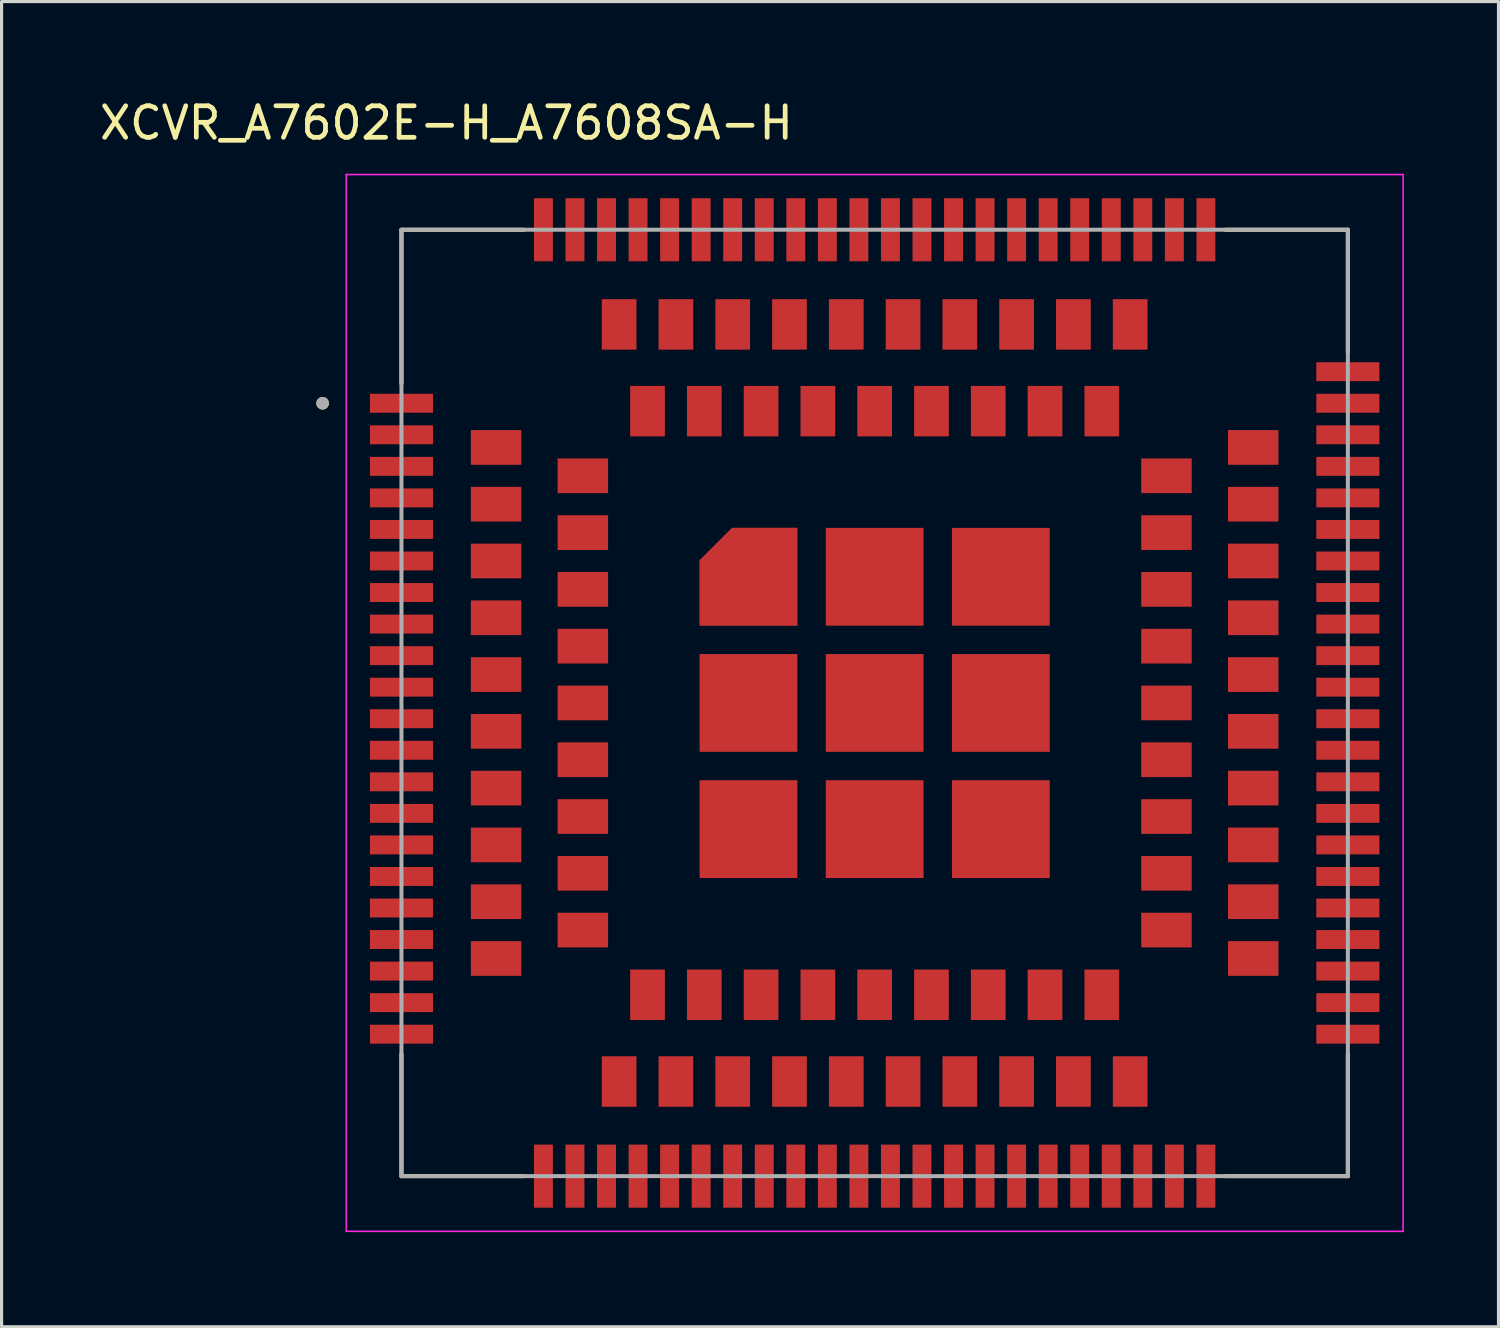
<source format=kicad_pcb>
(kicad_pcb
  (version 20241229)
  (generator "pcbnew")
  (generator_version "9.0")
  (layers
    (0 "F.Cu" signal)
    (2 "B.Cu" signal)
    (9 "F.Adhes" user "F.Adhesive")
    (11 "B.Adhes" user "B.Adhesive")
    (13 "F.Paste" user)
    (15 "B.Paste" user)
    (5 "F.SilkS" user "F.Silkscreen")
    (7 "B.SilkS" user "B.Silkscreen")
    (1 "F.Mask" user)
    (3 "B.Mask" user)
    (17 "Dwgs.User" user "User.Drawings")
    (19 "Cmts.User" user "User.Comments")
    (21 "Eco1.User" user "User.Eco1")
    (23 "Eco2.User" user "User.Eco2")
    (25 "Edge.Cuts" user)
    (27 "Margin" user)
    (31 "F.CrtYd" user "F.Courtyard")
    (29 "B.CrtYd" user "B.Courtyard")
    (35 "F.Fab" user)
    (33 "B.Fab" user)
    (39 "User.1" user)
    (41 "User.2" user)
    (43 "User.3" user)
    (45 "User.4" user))
  (footprint "XCVR_A7602E-H_A7608SA-H"
    (layer "F.Cu")
    (at 24.676 19.233)
    (property "Reference" "XCVR_A7602E-H_A7608SA-H" (at -13.575 -18.385 0) (layer "F.SilkS") (effects (font (size 1 1) (thickness 0.15))))
    (attr smd)
    (fp_poly (pts (xy -2.35 -2.35) (xy -5.65 -2.35) (xy -5.65 -4.561) (xy -4.561 -5.65) (xy -2.35 -5.65)) (stroke (width 0.01) (type solid)) (fill yes) (layer "F.Mask"))
    (fp_line (start -15 -15) (end -11.12 -15) (stroke (width 0.127) (type solid)) (layer "F.SilkS"))
    (fp_line (start -15 -10.12) (end -15 -15) (stroke (width 0.127) (type solid)) (layer "F.SilkS"))
    (fp_line (start -15 15) (end -15 11.12) (stroke (width 0.127) (type solid)) (layer "F.SilkS"))
    (fp_line (start -11.12 15) (end -15 15) (stroke (width 0.127) (type solid)) (layer "F.SilkS"))
    (fp_line (start 11.12 -15) (end 15 -15) (stroke (width 0.127) (type solid)) (layer "F.SilkS"))
    (fp_line (start 15 -15) (end 15 -11.12) (stroke (width 0.127) (type solid)) (layer "F.SilkS"))
    (fp_line (start 15 15) (end 11.12 15) (stroke (width 0.127) (type solid)) (layer "F.SilkS"))
    (fp_line (start 15 15) (end 15 11.12) (stroke (width 0.127) (type solid)) (layer "F.SilkS"))
    (fp_circle (center -17.5 -9.5) (end -17.4 -9.5) (stroke (width 0.2) (type solid)) (fill no) (layer "F.SilkS"))
    (fp_poly (pts (xy -16.5 -9.75) (xy -14 -9.75) (xy -14 -9.25) (xy -16.5 -9.25)) (stroke (width 0.01) (type solid)) (fill yes) (layer "F.Paste"))
    (fp_poly (pts (xy -16.5 -8.75) (xy -14 -8.75) (xy -14 -8.25) (xy -16.5 -8.25)) (stroke (width 0.01) (type solid)) (fill yes) (layer "F.Paste"))
    (fp_poly (pts (xy -16.5 -7.75) (xy -14 -7.75) (xy -14 -7.25) (xy -16.5 -7.25)) (stroke (width 0.01) (type solid)) (fill yes) (layer "F.Paste"))
    (fp_poly (pts (xy -16.5 -6.75) (xy -14 -6.75) (xy -14 -6.25) (xy -16.5 -6.25)) (stroke (width 0.01) (type solid)) (fill yes) (layer "F.Paste"))
    (fp_poly (pts (xy -16.5 -5.75) (xy -14 -5.75) (xy -14 -5.25) (xy -16.5 -5.25)) (stroke (width 0.01) (type solid)) (fill yes) (layer "F.Paste"))
    (fp_poly (pts (xy -16.5 -4.75) (xy -14 -4.75) (xy -14 -4.25) (xy -16.5 -4.25)) (stroke (width 0.01) (type solid)) (fill yes) (layer "F.Paste"))
    (fp_poly (pts (xy -16.5 -3.75) (xy -14 -3.75) (xy -14 -3.25) (xy -16.5 -3.25)) (stroke (width 0.01) (type solid)) (fill yes) (layer "F.Paste"))
    (fp_poly (pts (xy -16.5 -2.75) (xy -14 -2.75) (xy -14 -2.25) (xy -16.5 -2.25)) (stroke (width 0.01) (type solid)) (fill yes) (layer "F.Paste"))
    (fp_poly (pts (xy -16.5 -1.75) (xy -14 -1.75) (xy -14 -1.25) (xy -16.5 -1.25)) (stroke (width 0.01) (type solid)) (fill yes) (layer "F.Paste"))
    (fp_poly (pts (xy -16.5 -0.75) (xy -14 -0.75) (xy -14 -0.25) (xy -16.5 -0.25)) (stroke (width 0.01) (type solid)) (fill yes) (layer "F.Paste"))
    (fp_poly (pts (xy -16.5 0.25) (xy -14 0.25) (xy -14 0.75) (xy -16.5 0.75)) (stroke (width 0.01) (type solid)) (fill yes) (layer "F.Paste"))
    (fp_poly (pts (xy -16.5 1.25) (xy -14 1.25) (xy -14 1.75) (xy -16.5 1.75)) (stroke (width 0.01) (type solid)) (fill yes) (layer "F.Paste"))
    (fp_poly (pts (xy -16.5 2.25) (xy -14 2.25) (xy -14 2.75) (xy -16.5 2.75)) (stroke (width 0.01) (type solid)) (fill yes) (layer "F.Paste"))
    (fp_poly (pts (xy -16.5 3.25) (xy -14 3.25) (xy -14 3.75) (xy -16.5 3.75)) (stroke (width 0.01) (type solid)) (fill yes) (layer "F.Paste"))
    (fp_poly (pts (xy -16.5 4.25) (xy -14 4.25) (xy -14 4.75) (xy -16.5 4.75)) (stroke (width 0.01) (type solid)) (fill yes) (layer "F.Paste"))
    (fp_poly (pts (xy -16.5 5.25) (xy -14 5.25) (xy -14 5.75) (xy -16.5 5.75)) (stroke (width 0.01) (type solid)) (fill yes) (layer "F.Paste"))
    (fp_poly (pts (xy -16.5 6.25) (xy -14 6.25) (xy -14 6.75) (xy -16.5 6.75)) (stroke (width 0.01) (type solid)) (fill yes) (layer "F.Paste"))
    (fp_poly (pts (xy -16.5 7.25) (xy -14 7.25) (xy -14 7.75) (xy -16.5 7.75)) (stroke (width 0.01) (type solid)) (fill yes) (layer "F.Paste"))
    (fp_poly (pts (xy -16.5 8.25) (xy -14 8.25) (xy -14 8.75) (xy -16.5 8.75)) (stroke (width 0.01) (type solid)) (fill yes) (layer "F.Paste"))
    (fp_poly (pts (xy -16.5 9.25) (xy -14 9.25) (xy -14 9.75) (xy -16.5 9.75)) (stroke (width 0.01) (type solid)) (fill yes) (layer "F.Paste"))
    (fp_poly (pts (xy -16.5 10.25) (xy -14 10.25) (xy -14 10.75) (xy -16.5 10.75)) (stroke (width 0.01) (type solid)) (fill yes) (layer "F.Paste"))
    (fp_poly (pts (xy -12.7 -8.55) (xy -12.1 -8.55) (xy -12.1 -7.65) (xy -12.7 -7.65)) (stroke (width 0.01) (type solid)) (fill yes) (layer "F.Paste"))
    (fp_poly (pts (xy -12.7 -6.75) (xy -12.1 -6.75) (xy -12.1 -5.85) (xy -12.7 -5.85)) (stroke (width 0.01) (type solid)) (fill yes) (layer "F.Paste"))
    (fp_poly (pts (xy -12.7 -4.95) (xy -12.1 -4.95) (xy -12.1 -4.05) (xy -12.7 -4.05)) (stroke (width 0.01) (type solid)) (fill yes) (layer "F.Paste"))
    (fp_poly (pts (xy -12.7 -3.15) (xy -12.1 -3.15) (xy -12.1 -2.25) (xy -12.7 -2.25)) (stroke (width 0.01) (type solid)) (fill yes) (layer "F.Paste"))
    (fp_poly (pts (xy -12.7 -1.35) (xy -12.1 -1.35) (xy -12.1 -0.45) (xy -12.7 -0.45)) (stroke (width 0.01) (type solid)) (fill yes) (layer "F.Paste"))
    (fp_poly (pts (xy -12.7 0.45) (xy -12.1 0.45) (xy -12.1 1.35) (xy -12.7 1.35)) (stroke (width 0.01) (type solid)) (fill yes) (layer "F.Paste"))
    (fp_poly (pts (xy -12.7 2.25) (xy -12.1 2.25) (xy -12.1 3.15) (xy -12.7 3.15)) (stroke (width 0.01) (type solid)) (fill yes) (layer "F.Paste"))
    (fp_poly (pts (xy -12.7 4.05) (xy -12.1 4.05) (xy -12.1 4.95) (xy -12.7 4.95)) (stroke (width 0.01) (type solid)) (fill yes) (layer "F.Paste"))
    (fp_poly (pts (xy -12.7 5.85) (xy -12.1 5.85) (xy -12.1 6.75) (xy -12.7 6.75)) (stroke (width 0.01) (type solid)) (fill yes) (layer "F.Paste"))
    (fp_poly (pts (xy -12.7 7.65) (xy -12.1 7.65) (xy -12.1 8.55) (xy -12.7 8.55)) (stroke (width 0.01) (type solid)) (fill yes) (layer "F.Paste"))
    (fp_poly (pts (xy -11.9 -8.55) (xy -11.3 -8.55) (xy -11.3 -7.65) (xy -11.9 -7.65)) (stroke (width 0.01) (type solid)) (fill yes) (layer "F.Paste"))
    (fp_poly (pts (xy -11.9 -6.75) (xy -11.3 -6.75) (xy -11.3 -5.85) (xy -11.9 -5.85)) (stroke (width 0.01) (type solid)) (fill yes) (layer "F.Paste"))
    (fp_poly (pts (xy -11.9 -4.95) (xy -11.3 -4.95) (xy -11.3 -4.05) (xy -11.9 -4.05)) (stroke (width 0.01) (type solid)) (fill yes) (layer "F.Paste"))
    (fp_poly (pts (xy -11.9 -3.15) (xy -11.3 -3.15) (xy -11.3 -2.25) (xy -11.9 -2.25)) (stroke (width 0.01) (type solid)) (fill yes) (layer "F.Paste"))
    (fp_poly (pts (xy -11.9 -1.35) (xy -11.3 -1.35) (xy -11.3 -0.45) (xy -11.9 -0.45)) (stroke (width 0.01) (type solid)) (fill yes) (layer "F.Paste"))
    (fp_poly (pts (xy -11.9 0.45) (xy -11.3 0.45) (xy -11.3 1.35) (xy -11.9 1.35)) (stroke (width 0.01) (type solid)) (fill yes) (layer "F.Paste"))
    (fp_poly (pts (xy -11.9 2.25) (xy -11.3 2.25) (xy -11.3 3.15) (xy -11.9 3.15)) (stroke (width 0.01) (type solid)) (fill yes) (layer "F.Paste"))
    (fp_poly (pts (xy -11.9 4.05) (xy -11.3 4.05) (xy -11.3 4.95) (xy -11.9 4.95)) (stroke (width 0.01) (type solid)) (fill yes) (layer "F.Paste"))
    (fp_poly (pts (xy -11.9 5.85) (xy -11.3 5.85) (xy -11.3 6.75) (xy -11.9 6.75)) (stroke (width 0.01) (type solid)) (fill yes) (layer "F.Paste"))
    (fp_poly (pts (xy -11.9 7.65) (xy -11.3 7.65) (xy -11.3 8.55) (xy -11.9 8.55)) (stroke (width 0.01) (type solid)) (fill yes) (layer "F.Paste"))
    (fp_poly (pts (xy -10.75 -16.5) (xy -10.25 -16.5) (xy -10.25 -14) (xy -10.75 -14)) (stroke (width 0.01) (type solid)) (fill yes) (layer "F.Paste"))
    (fp_poly (pts (xy -10.75 14) (xy -10.25 14) (xy -10.25 16.5) (xy -10.75 16.5)) (stroke (width 0.01) (type solid)) (fill yes) (layer "F.Paste"))
    (fp_poly (pts (xy -9.95 -7.65) (xy -9.35 -7.65) (xy -9.35 -6.75) (xy -9.95 -6.75)) (stroke (width 0.01) (type solid)) (fill yes) (layer "F.Paste"))
    (fp_poly (pts (xy -9.95 -5.85) (xy -9.35 -5.85) (xy -9.35 -4.95) (xy -9.95 -4.95)) (stroke (width 0.01) (type solid)) (fill yes) (layer "F.Paste"))
    (fp_poly (pts (xy -9.95 -4.05) (xy -9.35 -4.05) (xy -9.35 -3.15) (xy -9.95 -3.15)) (stroke (width 0.01) (type solid)) (fill yes) (layer "F.Paste"))
    (fp_poly (pts (xy -9.95 -2.25) (xy -9.35 -2.25) (xy -9.35 -1.35) (xy -9.95 -1.35)) (stroke (width 0.01) (type solid)) (fill yes) (layer "F.Paste"))
    (fp_poly (pts (xy -9.95 -0.45) (xy -9.35 -0.45) (xy -9.35 0.45) (xy -9.95 0.45)) (stroke (width 0.01) (type solid)) (fill yes) (layer "F.Paste"))
    (fp_poly (pts (xy -9.95 1.35) (xy -9.35 1.35) (xy -9.35 2.25) (xy -9.95 2.25)) (stroke (width 0.01) (type solid)) (fill yes) (layer "F.Paste"))
    (fp_poly (pts (xy -9.95 3.15) (xy -9.35 3.15) (xy -9.35 4.05) (xy -9.95 4.05)) (stroke (width 0.01) (type solid)) (fill yes) (layer "F.Paste"))
    (fp_poly (pts (xy -9.95 4.95) (xy -9.35 4.95) (xy -9.35 5.85) (xy -9.95 5.85)) (stroke (width 0.01) (type solid)) (fill yes) (layer "F.Paste"))
    (fp_poly (pts (xy -9.95 6.75) (xy -9.35 6.75) (xy -9.35 7.65) (xy -9.95 7.65)) (stroke (width 0.01) (type solid)) (fill yes) (layer "F.Paste"))
    (fp_poly (pts (xy -9.75 -16.5) (xy -9.25 -16.5) (xy -9.25 -14) (xy -9.75 -14)) (stroke (width 0.01) (type solid)) (fill yes) (layer "F.Paste"))
    (fp_poly (pts (xy -9.75 14) (xy -9.25 14) (xy -9.25 16.5) (xy -9.75 16.5)) (stroke (width 0.01) (type solid)) (fill yes) (layer "F.Paste"))
    (fp_poly (pts (xy -9.15 -7.65) (xy -8.55 -7.65) (xy -8.55 -6.75) (xy -9.15 -6.75)) (stroke (width 0.01) (type solid)) (fill yes) (layer "F.Paste"))
    (fp_poly (pts (xy -9.15 -5.85) (xy -8.55 -5.85) (xy -8.55 -4.95) (xy -9.15 -4.95)) (stroke (width 0.01) (type solid)) (fill yes) (layer "F.Paste"))
    (fp_poly (pts (xy -9.15 -4.05) (xy -8.55 -4.05) (xy -8.55 -3.15) (xy -9.15 -3.15)) (stroke (width 0.01) (type solid)) (fill yes) (layer "F.Paste"))
    (fp_poly (pts (xy -9.15 -2.25) (xy -8.55 -2.25) (xy -8.55 -1.35) (xy -9.15 -1.35)) (stroke (width 0.01) (type solid)) (fill yes) (layer "F.Paste"))
    (fp_poly (pts (xy -9.15 -0.45) (xy -8.55 -0.45) (xy -8.55 0.45) (xy -9.15 0.45)) (stroke (width 0.01) (type solid)) (fill yes) (layer "F.Paste"))
    (fp_poly (pts (xy -9.15 1.35) (xy -8.55 1.35) (xy -8.55 2.25) (xy -9.15 2.25)) (stroke (width 0.01) (type solid)) (fill yes) (layer "F.Paste"))
    (fp_poly (pts (xy -9.15 3.15) (xy -8.55 3.15) (xy -8.55 4.05) (xy -9.15 4.05)) (stroke (width 0.01) (type solid)) (fill yes) (layer "F.Paste"))
    (fp_poly (pts (xy -9.15 4.95) (xy -8.55 4.95) (xy -8.55 5.85) (xy -9.15 5.85)) (stroke (width 0.01) (type solid)) (fill yes) (layer "F.Paste"))
    (fp_poly (pts (xy -9.15 6.75) (xy -8.55 6.75) (xy -8.55 7.65) (xy -9.15 7.65)) (stroke (width 0.01) (type solid)) (fill yes) (layer "F.Paste"))
    (fp_poly (pts (xy -8.75 -16.5) (xy -8.25 -16.5) (xy -8.25 -14) (xy -8.75 -14)) (stroke (width 0.01) (type solid)) (fill yes) (layer "F.Paste"))
    (fp_poly (pts (xy -8.75 14) (xy -8.25 14) (xy -8.25 16.5) (xy -8.75 16.5)) (stroke (width 0.01) (type solid)) (fill yes) (layer "F.Paste"))
    (fp_poly (pts (xy -8.55 -12.7) (xy -7.65 -12.7) (xy -7.65 -12.1) (xy -8.55 -12.1)) (stroke (width 0.01) (type solid)) (fill yes) (layer "F.Paste"))
    (fp_poly (pts (xy -8.55 -11.9) (xy -7.65 -11.9) (xy -7.65 -11.3) (xy -8.55 -11.3)) (stroke (width 0.01) (type solid)) (fill yes) (layer "F.Paste"))
    (fp_poly (pts (xy -8.55 11.3) (xy -7.65 11.3) (xy -7.65 11.9) (xy -8.55 11.9)) (stroke (width 0.01) (type solid)) (fill yes) (layer "F.Paste"))
    (fp_poly (pts (xy -8.55 12.1) (xy -7.65 12.1) (xy -7.65 12.7) (xy -8.55 12.7)) (stroke (width 0.01) (type solid)) (fill yes) (layer "F.Paste"))
    (fp_poly (pts (xy -7.75 -16.5) (xy -7.25 -16.5) (xy -7.25 -14) (xy -7.75 -14)) (stroke (width 0.01) (type solid)) (fill yes) (layer "F.Paste"))
    (fp_poly (pts (xy -7.75 14) (xy -7.25 14) (xy -7.25 16.5) (xy -7.75 16.5)) (stroke (width 0.01) (type solid)) (fill yes) (layer "F.Paste"))
    (fp_poly (pts (xy -7.65 -9.95) (xy -6.75 -9.95) (xy -6.75 -9.35) (xy -7.65 -9.35)) (stroke (width 0.01) (type solid)) (fill yes) (layer "F.Paste"))
    (fp_poly (pts (xy -7.65 -9.15) (xy -6.75 -9.15) (xy -6.75 -8.55) (xy -7.65 -8.55)) (stroke (width 0.01) (type solid)) (fill yes) (layer "F.Paste"))
    (fp_poly (pts (xy -7.65 8.55) (xy -6.75 8.55) (xy -6.75 9.15) (xy -7.65 9.15)) (stroke (width 0.01) (type solid)) (fill yes) (layer "F.Paste"))
    (fp_poly (pts (xy -7.65 9.35) (xy -6.75 9.35) (xy -6.75 9.95) (xy -7.65 9.95)) (stroke (width 0.01) (type solid)) (fill yes) (layer "F.Paste"))
    (fp_poly (pts (xy -6.75 -16.5) (xy -6.25 -16.5) (xy -6.25 -14) (xy -6.75 -14)) (stroke (width 0.01) (type solid)) (fill yes) (layer "F.Paste"))
    (fp_poly (pts (xy -6.75 -12.7) (xy -5.85 -12.7) (xy -5.85 -12.1) (xy -6.75 -12.1)) (stroke (width 0.01) (type solid)) (fill yes) (layer "F.Paste"))
    (fp_poly (pts (xy -6.75 -11.9) (xy -5.85 -11.9) (xy -5.85 -11.3) (xy -6.75 -11.3)) (stroke (width 0.01) (type solid)) (fill yes) (layer "F.Paste"))
    (fp_poly (pts (xy -6.75 11.3) (xy -5.85 11.3) (xy -5.85 11.9) (xy -6.75 11.9)) (stroke (width 0.01) (type solid)) (fill yes) (layer "F.Paste"))
    (fp_poly (pts (xy -6.75 12.1) (xy -5.85 12.1) (xy -5.85 12.7) (xy -6.75 12.7)) (stroke (width 0.01) (type solid)) (fill yes) (layer "F.Paste"))
    (fp_poly (pts (xy -6.75 14) (xy -6.25 14) (xy -6.25 16.5) (xy -6.75 16.5)) (stroke (width 0.01) (type solid)) (fill yes) (layer "F.Paste"))
    (fp_poly (pts (xy -5.85 -9.95) (xy -4.95 -9.95) (xy -4.95 -9.35) (xy -5.85 -9.35)) (stroke (width 0.01) (type solid)) (fill yes) (layer "F.Paste"))
    (fp_poly (pts (xy -5.85 -9.15) (xy -4.95 -9.15) (xy -4.95 -8.55) (xy -5.85 -8.55)) (stroke (width 0.01) (type solid)) (fill yes) (layer "F.Paste"))
    (fp_poly (pts (xy -5.85 8.55) (xy -4.95 8.55) (xy -4.95 9.15) (xy -5.85 9.15)) (stroke (width 0.01) (type solid)) (fill yes) (layer "F.Paste"))
    (fp_poly (pts (xy -5.85 9.35) (xy -4.95 9.35) (xy -4.95 9.95) (xy -5.85 9.95)) (stroke (width 0.01) (type solid)) (fill yes) (layer "F.Paste"))
    (fp_poly (pts (xy -5.75 -16.5) (xy -5.25 -16.5) (xy -5.25 -14) (xy -5.75 -14)) (stroke (width 0.01) (type solid)) (fill yes) (layer "F.Paste"))
    (fp_poly (pts (xy -5.75 14) (xy -5.25 14) (xy -5.25 16.5) (xy -5.75 16.5)) (stroke (width 0.01) (type solid)) (fill yes) (layer "F.Paste"))
    (fp_poly (pts (xy -5.2 -3.9) (xy -4.1 -3.9) (xy -4.1 -2.8) (xy -5.2 -2.8)) (stroke (width 0.01) (type solid)) (fill yes) (layer "F.Paste"))
    (fp_poly (pts (xy -5.2 -1.2) (xy -4.1 -1.2) (xy -4.1 -0.1) (xy -5.2 -0.1)) (stroke (width 0.01) (type solid)) (fill yes) (layer "F.Paste"))
    (fp_poly (pts (xy -5.2 0.1) (xy -4.1 0.1) (xy -4.1 1.2) (xy -5.2 1.2)) (stroke (width 0.01) (type solid)) (fill yes) (layer "F.Paste"))
    (fp_poly (pts (xy -5.2 2.8) (xy -4.1 2.8) (xy -4.1 3.9) (xy -5.2 3.9)) (stroke (width 0.01) (type solid)) (fill yes) (layer "F.Paste"))
    (fp_poly (pts (xy -5.2 4.1) (xy -4.1 4.1) (xy -4.1 5.2) (xy -5.2 5.2)) (stroke (width 0.01) (type solid)) (fill yes) (layer "F.Paste"))
    (fp_poly (pts (xy -4.95 -12.7) (xy -4.05 -12.7) (xy -4.05 -12.1) (xy -4.95 -12.1)) (stroke (width 0.01) (type solid)) (fill yes) (layer "F.Paste"))
    (fp_poly (pts (xy -4.95 -11.9) (xy -4.05 -11.9) (xy -4.05 -11.3) (xy -4.95 -11.3)) (stroke (width 0.01) (type solid)) (fill yes) (layer "F.Paste"))
    (fp_poly (pts (xy -4.95 11.3) (xy -4.05 11.3) (xy -4.05 11.9) (xy -4.95 11.9)) (stroke (width 0.01) (type solid)) (fill yes) (layer "F.Paste"))
    (fp_poly (pts (xy -4.95 12.1) (xy -4.05 12.1) (xy -4.05 12.7) (xy -4.95 12.7)) (stroke (width 0.01) (type solid)) (fill yes) (layer "F.Paste"))
    (fp_poly (pts (xy -4.75 -16.5) (xy -4.25 -16.5) (xy -4.25 -14) (xy -4.75 -14)) (stroke (width 0.01) (type solid)) (fill yes) (layer "F.Paste"))
    (fp_poly (pts (xy -4.75 14) (xy -4.25 14) (xy -4.25 16.5) (xy -4.75 16.5)) (stroke (width 0.01) (type solid)) (fill yes) (layer "F.Paste"))
    (fp_poly (pts (xy -4.05 -9.95) (xy -3.15 -9.95) (xy -3.15 -9.35) (xy -4.05 -9.35)) (stroke (width 0.01) (type solid)) (fill yes) (layer "F.Paste"))
    (fp_poly (pts (xy -4.05 -9.15) (xy -3.15 -9.15) (xy -3.15 -8.55) (xy -4.05 -8.55)) (stroke (width 0.01) (type solid)) (fill yes) (layer "F.Paste"))
    (fp_poly (pts (xy -4.05 8.55) (xy -3.15 8.55) (xy -3.15 9.15) (xy -4.05 9.15)) (stroke (width 0.01) (type solid)) (fill yes) (layer "F.Paste"))
    (fp_poly (pts (xy -4.05 9.35) (xy -3.15 9.35) (xy -3.15 9.95) (xy -4.05 9.95)) (stroke (width 0.01) (type solid)) (fill yes) (layer "F.Paste"))
    (fp_poly (pts (xy -3.9 -5.2) (xy -2.8 -5.2) (xy -2.8 -4.1) (xy -3.9 -4.1)) (stroke (width 0.01) (type solid)) (fill yes) (layer "F.Paste"))
    (fp_poly (pts (xy -3.9 -3.9) (xy -2.8 -3.9) (xy -2.8 -2.8) (xy -3.9 -2.8)) (stroke (width 0.01) (type solid)) (fill yes) (layer "F.Paste"))
    (fp_poly (pts (xy -3.9 -1.2) (xy -2.8 -1.2) (xy -2.8 -0.1) (xy -3.9 -0.1)) (stroke (width 0.01) (type solid)) (fill yes) (layer "F.Paste"))
    (fp_poly (pts (xy -3.9 0.1) (xy -2.8 0.1) (xy -2.8 1.2) (xy -3.9 1.2)) (stroke (width 0.01) (type solid)) (fill yes) (layer "F.Paste"))
    (fp_poly (pts (xy -3.9 2.8) (xy -2.8 2.8) (xy -2.8 3.9) (xy -3.9 3.9)) (stroke (width 0.01) (type solid)) (fill yes) (layer "F.Paste"))
    (fp_poly (pts (xy -3.9 4.1) (xy -2.8 4.1) (xy -2.8 5.2) (xy -3.9 5.2)) (stroke (width 0.01) (type solid)) (fill yes) (layer "F.Paste"))
    (fp_poly (pts (xy -3.75 -16.5) (xy -3.25 -16.5) (xy -3.25 -14) (xy -3.75 -14)) (stroke (width 0.01) (type solid)) (fill yes) (layer "F.Paste"))
    (fp_poly (pts (xy -3.75 14) (xy -3.25 14) (xy -3.25 16.5) (xy -3.75 16.5)) (stroke (width 0.01) (type solid)) (fill yes) (layer "F.Paste"))
    (fp_poly (pts (xy -3.15 -12.7) (xy -2.25 -12.7) (xy -2.25 -12.1) (xy -3.15 -12.1)) (stroke (width 0.01) (type solid)) (fill yes) (layer "F.Paste"))
    (fp_poly (pts (xy -3.15 -11.9) (xy -2.25 -11.9) (xy -2.25 -11.3) (xy -3.15 -11.3)) (stroke (width 0.01) (type solid)) (fill yes) (layer "F.Paste"))
    (fp_poly (pts (xy -3.15 11.3) (xy -2.25 11.3) (xy -2.25 11.9) (xy -3.15 11.9)) (stroke (width 0.01) (type solid)) (fill yes) (layer "F.Paste"))
    (fp_poly (pts (xy -3.15 12.1) (xy -2.25 12.1) (xy -2.25 12.7) (xy -3.15 12.7)) (stroke (width 0.01) (type solid)) (fill yes) (layer "F.Paste"))
    (fp_poly (pts (xy -2.75 -16.5) (xy -2.25 -16.5) (xy -2.25 -14) (xy -2.75 -14)) (stroke (width 0.01) (type solid)) (fill yes) (layer "F.Paste"))
    (fp_poly (pts (xy -2.75 14) (xy -2.25 14) (xy -2.25 16.5) (xy -2.75 16.5)) (stroke (width 0.01) (type solid)) (fill yes) (layer "F.Paste"))
    (fp_poly (pts (xy -2.25 -9.95) (xy -1.35 -9.95) (xy -1.35 -9.35) (xy -2.25 -9.35)) (stroke (width 0.01) (type solid)) (fill yes) (layer "F.Paste"))
    (fp_poly (pts (xy -2.25 -9.15) (xy -1.35 -9.15) (xy -1.35 -8.55) (xy -2.25 -8.55)) (stroke (width 0.01) (type solid)) (fill yes) (layer "F.Paste"))
    (fp_poly (pts (xy -2.25 8.55) (xy -1.35 8.55) (xy -1.35 9.15) (xy -2.25 9.15)) (stroke (width 0.01) (type solid)) (fill yes) (layer "F.Paste"))
    (fp_poly (pts (xy -2.25 9.35) (xy -1.35 9.35) (xy -1.35 9.95) (xy -2.25 9.95)) (stroke (width 0.01) (type solid)) (fill yes) (layer "F.Paste"))
    (fp_poly (pts (xy -1.75 -16.5) (xy -1.25 -16.5) (xy -1.25 -14) (xy -1.75 -14)) (stroke (width 0.01) (type solid)) (fill yes) (layer "F.Paste"))
    (fp_poly (pts (xy -1.75 14) (xy -1.25 14) (xy -1.25 16.5) (xy -1.75 16.5)) (stroke (width 0.01) (type solid)) (fill yes) (layer "F.Paste"))
    (fp_poly (pts (xy -1.35 -12.7) (xy -0.45 -12.7) (xy -0.45 -12.1) (xy -1.35 -12.1)) (stroke (width 0.01) (type solid)) (fill yes) (layer "F.Paste"))
    (fp_poly (pts (xy -1.35 -11.9) (xy -0.45 -11.9) (xy -0.45 -11.3) (xy -1.35 -11.3)) (stroke (width 0.01) (type solid)) (fill yes) (layer "F.Paste"))
    (fp_poly (pts (xy -1.35 11.3) (xy -0.45 11.3) (xy -0.45 11.9) (xy -1.35 11.9)) (stroke (width 0.01) (type solid)) (fill yes) (layer "F.Paste"))
    (fp_poly (pts (xy -1.35 12.1) (xy -0.45 12.1) (xy -0.45 12.7) (xy -1.35 12.7)) (stroke (width 0.01) (type solid)) (fill yes) (layer "F.Paste"))
    (fp_poly (pts (xy -1.2 -5.2) (xy -0.1 -5.2) (xy -0.1 -4.1) (xy -1.2 -4.1)) (stroke (width 0.01) (type solid)) (fill yes) (layer "F.Paste"))
    (fp_poly (pts (xy -1.2 -3.9) (xy -0.1 -3.9) (xy -0.1 -2.8) (xy -1.2 -2.8)) (stroke (width 0.01) (type solid)) (fill yes) (layer "F.Paste"))
    (fp_poly (pts (xy -1.2 -1.2) (xy -0.1 -1.2) (xy -0.1 -0.1) (xy -1.2 -0.1)) (stroke (width 0.01) (type solid)) (fill yes) (layer "F.Paste"))
    (fp_poly (pts (xy -1.2 0.1) (xy -0.1 0.1) (xy -0.1 1.2) (xy -1.2 1.2)) (stroke (width 0.01) (type solid)) (fill yes) (layer "F.Paste"))
    (fp_poly (pts (xy -1.2 2.8) (xy -0.1 2.8) (xy -0.1 3.9) (xy -1.2 3.9)) (stroke (width 0.01) (type solid)) (fill yes) (layer "F.Paste"))
    (fp_poly (pts (xy -1.2 4.1) (xy -0.1 4.1) (xy -0.1 5.2) (xy -1.2 5.2)) (stroke (width 0.01) (type solid)) (fill yes) (layer "F.Paste"))
    (fp_poly (pts (xy -0.75 -16.5) (xy -0.25 -16.5) (xy -0.25 -14) (xy -0.75 -14)) (stroke (width 0.01) (type solid)) (fill yes) (layer "F.Paste"))
    (fp_poly (pts (xy -0.75 14) (xy -0.25 14) (xy -0.25 16.5) (xy -0.75 16.5)) (stroke (width 0.01) (type solid)) (fill yes) (layer "F.Paste"))
    (fp_poly (pts (xy -0.45 -9.95) (xy 0.45 -9.95) (xy 0.45 -9.35) (xy -0.45 -9.35)) (stroke (width 0.01) (type solid)) (fill yes) (layer "F.Paste"))
    (fp_poly (pts (xy -0.45 -9.15) (xy 0.45 -9.15) (xy 0.45 -8.55) (xy -0.45 -8.55)) (stroke (width 0.01) (type solid)) (fill yes) (layer "F.Paste"))
    (fp_poly (pts (xy -0.45 8.55) (xy 0.45 8.55) (xy 0.45 9.15) (xy -0.45 9.15)) (stroke (width 0.01) (type solid)) (fill yes) (layer "F.Paste"))
    (fp_poly (pts (xy -0.45 9.35) (xy 0.45 9.35) (xy 0.45 9.95) (xy -0.45 9.95)) (stroke (width 0.01) (type solid)) (fill yes) (layer "F.Paste"))
    (fp_poly (pts (xy 0.1 -5.2) (xy 1.2 -5.2) (xy 1.2 -4.1) (xy 0.1 -4.1)) (stroke (width 0.01) (type solid)) (fill yes) (layer "F.Paste"))
    (fp_poly (pts (xy 0.1 -3.9) (xy 1.2 -3.9) (xy 1.2 -2.8) (xy 0.1 -2.8)) (stroke (width 0.01) (type solid)) (fill yes) (layer "F.Paste"))
    (fp_poly (pts (xy 0.1 -1.2) (xy 1.2 -1.2) (xy 1.2 -0.1) (xy 0.1 -0.1)) (stroke (width 0.01) (type solid)) (fill yes) (layer "F.Paste"))
    (fp_poly (pts (xy 0.1 0.1) (xy 1.2 0.1) (xy 1.2 1.2) (xy 0.1 1.2)) (stroke (width 0.01) (type solid)) (fill yes) (layer "F.Paste"))
    (fp_poly (pts (xy 0.1 2.8) (xy 1.2 2.8) (xy 1.2 3.9) (xy 0.1 3.9)) (stroke (width 0.01) (type solid)) (fill yes) (layer "F.Paste"))
    (fp_poly (pts (xy 0.1 4.1) (xy 1.2 4.1) (xy 1.2 5.2) (xy 0.1 5.2)) (stroke (width 0.01) (type solid)) (fill yes) (layer "F.Paste"))
    (fp_poly (pts (xy 0.25 -16.5) (xy 0.75 -16.5) (xy 0.75 -14) (xy 0.25 -14)) (stroke (width 0.01) (type solid)) (fill yes) (layer "F.Paste"))
    (fp_poly (pts (xy 0.25 14) (xy 0.75 14) (xy 0.75 16.5) (xy 0.25 16.5)) (stroke (width 0.01) (type solid)) (fill yes) (layer "F.Paste"))
    (fp_poly (pts (xy 0.45 -12.7) (xy 1.35 -12.7) (xy 1.35 -12.1) (xy 0.45 -12.1)) (stroke (width 0.01) (type solid)) (fill yes) (layer "F.Paste"))
    (fp_poly (pts (xy 0.45 -11.9) (xy 1.35 -11.9) (xy 1.35 -11.3) (xy 0.45 -11.3)) (stroke (width 0.01) (type solid)) (fill yes) (layer "F.Paste"))
    (fp_poly (pts (xy 0.45 11.3) (xy 1.35 11.3) (xy 1.35 11.9) (xy 0.45 11.9)) (stroke (width 0.01) (type solid)) (fill yes) (layer "F.Paste"))
    (fp_poly (pts (xy 0.45 12.1) (xy 1.35 12.1) (xy 1.35 12.7) (xy 0.45 12.7)) (stroke (width 0.01) (type solid)) (fill yes) (layer "F.Paste"))
    (fp_poly (pts (xy 1.25 -16.5) (xy 1.75 -16.5) (xy 1.75 -14) (xy 1.25 -14)) (stroke (width 0.01) (type solid)) (fill yes) (layer "F.Paste"))
    (fp_poly (pts (xy 1.25 14) (xy 1.75 14) (xy 1.75 16.5) (xy 1.25 16.5)) (stroke (width 0.01) (type solid)) (fill yes) (layer "F.Paste"))
    (fp_poly (pts (xy 1.35 -9.95) (xy 2.25 -9.95) (xy 2.25 -9.35) (xy 1.35 -9.35)) (stroke (width 0.01) (type solid)) (fill yes) (layer "F.Paste"))
    (fp_poly (pts (xy 1.35 -9.15) (xy 2.25 -9.15) (xy 2.25 -8.55) (xy 1.35 -8.55)) (stroke (width 0.01) (type solid)) (fill yes) (layer "F.Paste"))
    (fp_poly (pts (xy 1.35 8.55) (xy 2.25 8.55) (xy 2.25 9.15) (xy 1.35 9.15)) (stroke (width 0.01) (type solid)) (fill yes) (layer "F.Paste"))
    (fp_poly (pts (xy 1.35 9.35) (xy 2.25 9.35) (xy 2.25 9.95) (xy 1.35 9.95)) (stroke (width 0.01) (type solid)) (fill yes) (layer "F.Paste"))
    (fp_poly (pts (xy 2.25 -16.5) (xy 2.75 -16.5) (xy 2.75 -14) (xy 2.25 -14)) (stroke (width 0.01) (type solid)) (fill yes) (layer "F.Paste"))
    (fp_poly (pts (xy 2.25 -12.7) (xy 3.15 -12.7) (xy 3.15 -12.1) (xy 2.25 -12.1)) (stroke (width 0.01) (type solid)) (fill yes) (layer "F.Paste"))
    (fp_poly (pts (xy 2.25 -11.9) (xy 3.15 -11.9) (xy 3.15 -11.3) (xy 2.25 -11.3)) (stroke (width 0.01) (type solid)) (fill yes) (layer "F.Paste"))
    (fp_poly (pts (xy 2.25 11.3) (xy 3.15 11.3) (xy 3.15 11.9) (xy 2.25 11.9)) (stroke (width 0.01) (type solid)) (fill yes) (layer "F.Paste"))
    (fp_poly (pts (xy 2.25 12.1) (xy 3.15 12.1) (xy 3.15 12.7) (xy 2.25 12.7)) (stroke (width 0.01) (type solid)) (fill yes) (layer "F.Paste"))
    (fp_poly (pts (xy 2.25 14) (xy 2.75 14) (xy 2.75 16.5) (xy 2.25 16.5)) (stroke (width 0.01) (type solid)) (fill yes) (layer "F.Paste"))
    (fp_poly (pts (xy 2.8 -5.2) (xy 3.9 -5.2) (xy 3.9 -4.1) (xy 2.8 -4.1)) (stroke (width 0.01) (type solid)) (fill yes) (layer "F.Paste"))
    (fp_poly (pts (xy 2.8 -3.9) (xy 3.9 -3.9) (xy 3.9 -2.8) (xy 2.8 -2.8)) (stroke (width 0.01) (type solid)) (fill yes) (layer "F.Paste"))
    (fp_poly (pts (xy 2.8 -1.2) (xy 3.9 -1.2) (xy 3.9 -0.1) (xy 2.8 -0.1)) (stroke (width 0.01) (type solid)) (fill yes) (layer "F.Paste"))
    (fp_poly (pts (xy 2.8 0.1) (xy 3.9 0.1) (xy 3.9 1.2) (xy 2.8 1.2)) (stroke (width 0.01) (type solid)) (fill yes) (layer "F.Paste"))
    (fp_poly (pts (xy 2.8 2.8) (xy 3.9 2.8) (xy 3.9 3.9) (xy 2.8 3.9)) (stroke (width 0.01) (type solid)) (fill yes) (layer "F.Paste"))
    (fp_poly (pts (xy 2.8 4.1) (xy 3.9 4.1) (xy 3.9 5.2) (xy 2.8 5.2)) (stroke (width 0.01) (type solid)) (fill yes) (layer "F.Paste"))
    (fp_poly (pts (xy 3.15 -9.95) (xy 4.05 -9.95) (xy 4.05 -9.35) (xy 3.15 -9.35)) (stroke (width 0.01) (type solid)) (fill yes) (layer "F.Paste"))
    (fp_poly (pts (xy 3.15 -9.15) (xy 4.05 -9.15) (xy 4.05 -8.55) (xy 3.15 -8.55)) (stroke (width 0.01) (type solid)) (fill yes) (layer "F.Paste"))
    (fp_poly (pts (xy 3.15 8.55) (xy 4.05 8.55) (xy 4.05 9.15) (xy 3.15 9.15)) (stroke (width 0.01) (type solid)) (fill yes) (layer "F.Paste"))
    (fp_poly (pts (xy 3.15 9.35) (xy 4.05 9.35) (xy 4.05 9.95) (xy 3.15 9.95)) (stroke (width 0.01) (type solid)) (fill yes) (layer "F.Paste"))
    (fp_poly (pts (xy 3.25 -16.5) (xy 3.75 -16.5) (xy 3.75 -14) (xy 3.25 -14)) (stroke (width 0.01) (type solid)) (fill yes) (layer "F.Paste"))
    (fp_poly (pts (xy 3.25 14) (xy 3.75 14) (xy 3.75 16.5) (xy 3.25 16.5)) (stroke (width 0.01) (type solid)) (fill yes) (layer "F.Paste"))
    (fp_poly (pts (xy 4.05 -12.7) (xy 4.95 -12.7) (xy 4.95 -12.1) (xy 4.05 -12.1)) (stroke (width 0.01) (type solid)) (fill yes) (layer "F.Paste"))
    (fp_poly (pts (xy 4.05 -11.9) (xy 4.95 -11.9) (xy 4.95 -11.3) (xy 4.05 -11.3)) (stroke (width 0.01) (type solid)) (fill yes) (layer "F.Paste"))
    (fp_poly (pts (xy 4.05 11.3) (xy 4.95 11.3) (xy 4.95 11.9) (xy 4.05 11.9)) (stroke (width 0.01) (type solid)) (fill yes) (layer "F.Paste"))
    (fp_poly (pts (xy 4.05 12.1) (xy 4.95 12.1) (xy 4.95 12.7) (xy 4.05 12.7)) (stroke (width 0.01) (type solid)) (fill yes) (layer "F.Paste"))
    (fp_poly (pts (xy 4.1 -5.2) (xy 5.2 -5.2) (xy 5.2 -4.1) (xy 4.1 -4.1)) (stroke (width 0.01) (type solid)) (fill yes) (layer "F.Paste"))
    (fp_poly (pts (xy 4.1 -3.9) (xy 5.2 -3.9) (xy 5.2 -2.8) (xy 4.1 -2.8)) (stroke (width 0.01) (type solid)) (fill yes) (layer "F.Paste"))
    (fp_poly (pts (xy 4.1 -1.2) (xy 5.2 -1.2) (xy 5.2 -0.1) (xy 4.1 -0.1)) (stroke (width 0.01) (type solid)) (fill yes) (layer "F.Paste"))
    (fp_poly (pts (xy 4.1 0.1) (xy 5.2 0.1) (xy 5.2 1.2) (xy 4.1 1.2)) (stroke (width 0.01) (type solid)) (fill yes) (layer "F.Paste"))
    (fp_poly (pts (xy 4.1 2.8) (xy 5.2 2.8) (xy 5.2 3.9) (xy 4.1 3.9)) (stroke (width 0.01) (type solid)) (fill yes) (layer "F.Paste"))
    (fp_poly (pts (xy 4.1 4.1) (xy 5.2 4.1) (xy 5.2 5.2) (xy 4.1 5.2)) (stroke (width 0.01) (type solid)) (fill yes) (layer "F.Paste"))
    (fp_poly (pts (xy 4.25 -16.5) (xy 4.75 -16.5) (xy 4.75 -14) (xy 4.25 -14)) (stroke (width 0.01) (type solid)) (fill yes) (layer "F.Paste"))
    (fp_poly (pts (xy 4.25 14) (xy 4.75 14) (xy 4.75 16.5) (xy 4.25 16.5)) (stroke (width 0.01) (type solid)) (fill yes) (layer "F.Paste"))
    (fp_poly (pts (xy 4.95 -9.95) (xy 5.85 -9.95) (xy 5.85 -9.35) (xy 4.95 -9.35)) (stroke (width 0.01) (type solid)) (fill yes) (layer "F.Paste"))
    (fp_poly (pts (xy 4.95 -9.15) (xy 5.85 -9.15) (xy 5.85 -8.55) (xy 4.95 -8.55)) (stroke (width 0.01) (type solid)) (fill yes) (layer "F.Paste"))
    (fp_poly (pts (xy 4.95 8.55) (xy 5.85 8.55) (xy 5.85 9.15) (xy 4.95 9.15)) (stroke (width 0.01) (type solid)) (fill yes) (layer "F.Paste"))
    (fp_poly (pts (xy 4.95 9.35) (xy 5.85 9.35) (xy 5.85 9.95) (xy 4.95 9.95)) (stroke (width 0.01) (type solid)) (fill yes) (layer "F.Paste"))
    (fp_poly (pts (xy 5.25 -16.5) (xy 5.75 -16.5) (xy 5.75 -14) (xy 5.25 -14)) (stroke (width 0.01) (type solid)) (fill yes) (layer "F.Paste"))
    (fp_poly (pts (xy 5.25 14) (xy 5.75 14) (xy 5.75 16.5) (xy 5.25 16.5)) (stroke (width 0.01) (type solid)) (fill yes) (layer "F.Paste"))
    (fp_poly (pts (xy 5.85 -12.7) (xy 6.75 -12.7) (xy 6.75 -12.1) (xy 5.85 -12.1)) (stroke (width 0.01) (type solid)) (fill yes) (layer "F.Paste"))
    (fp_poly (pts (xy 5.85 -11.9) (xy 6.75 -11.9) (xy 6.75 -11.3) (xy 5.85 -11.3)) (stroke (width 0.01) (type solid)) (fill yes) (layer "F.Paste"))
    (fp_poly (pts (xy 5.85 11.3) (xy 6.75 11.3) (xy 6.75 11.9) (xy 5.85 11.9)) (stroke (width 0.01) (type solid)) (fill yes) (layer "F.Paste"))
    (fp_poly (pts (xy 5.85 12.1) (xy 6.75 12.1) (xy 6.75 12.7) (xy 5.85 12.7)) (stroke (width 0.01) (type solid)) (fill yes) (layer "F.Paste"))
    (fp_poly (pts (xy 6.25 -16.5) (xy 6.75 -16.5) (xy 6.75 -14) (xy 6.25 -14)) (stroke (width 0.01) (type solid)) (fill yes) (layer "F.Paste"))
    (fp_poly (pts (xy 6.25 14) (xy 6.75 14) (xy 6.75 16.5) (xy 6.25 16.5)) (stroke (width 0.01) (type solid)) (fill yes) (layer "F.Paste"))
    (fp_poly (pts (xy 6.75 -9.95) (xy 7.65 -9.95) (xy 7.65 -9.35) (xy 6.75 -9.35)) (stroke (width 0.01) (type solid)) (fill yes) (layer "F.Paste"))
    (fp_poly (pts (xy 6.75 -9.15) (xy 7.65 -9.15) (xy 7.65 -8.55) (xy 6.75 -8.55)) (stroke (width 0.01) (type solid)) (fill yes) (layer "F.Paste"))
    (fp_poly (pts (xy 6.75 8.55) (xy 7.65 8.55) (xy 7.65 9.15) (xy 6.75 9.15)) (stroke (width 0.01) (type solid)) (fill yes) (layer "F.Paste"))
    (fp_poly (pts (xy 6.75 9.35) (xy 7.65 9.35) (xy 7.65 9.95) (xy 6.75 9.95)) (stroke (width 0.01) (type solid)) (fill yes) (layer "F.Paste"))
    (fp_poly (pts (xy 7.25 -16.5) (xy 7.75 -16.5) (xy 7.75 -14) (xy 7.25 -14)) (stroke (width 0.01) (type solid)) (fill yes) (layer "F.Paste"))
    (fp_poly (pts (xy 7.25 14) (xy 7.75 14) (xy 7.75 16.5) (xy 7.25 16.5)) (stroke (width 0.01) (type solid)) (fill yes) (layer "F.Paste"))
    (fp_poly (pts (xy 7.65 -12.7) (xy 8.55 -12.7) (xy 8.55 -12.1) (xy 7.65 -12.1)) (stroke (width 0.01) (type solid)) (fill yes) (layer "F.Paste"))
    (fp_poly (pts (xy 7.65 -11.9) (xy 8.55 -11.9) (xy 8.55 -11.3) (xy 7.65 -11.3)) (stroke (width 0.01) (type solid)) (fill yes) (layer "F.Paste"))
    (fp_poly (pts (xy 7.65 11.3) (xy 8.55 11.3) (xy 8.55 11.9) (xy 7.65 11.9)) (stroke (width 0.01) (type solid)) (fill yes) (layer "F.Paste"))
    (fp_poly (pts (xy 7.65 12.1) (xy 8.55 12.1) (xy 8.55 12.7) (xy 7.65 12.7)) (stroke (width 0.01) (type solid)) (fill yes) (layer "F.Paste"))
    (fp_poly (pts (xy 8.25 -16.5) (xy 8.75 -16.5) (xy 8.75 -14) (xy 8.25 -14)) (stroke (width 0.01) (type solid)) (fill yes) (layer "F.Paste"))
    (fp_poly (pts (xy 8.25 14) (xy 8.75 14) (xy 8.75 16.5) (xy 8.25 16.5)) (stroke (width 0.01) (type solid)) (fill yes) (layer "F.Paste"))
    (fp_poly (pts (xy 8.55 -7.65) (xy 9.15 -7.65) (xy 9.15 -6.75) (xy 8.55 -6.75)) (stroke (width 0.01) (type solid)) (fill yes) (layer "F.Paste"))
    (fp_poly (pts (xy 8.55 -5.85) (xy 9.15 -5.85) (xy 9.15 -4.95) (xy 8.55 -4.95)) (stroke (width 0.01) (type solid)) (fill yes) (layer "F.Paste"))
    (fp_poly (pts (xy 8.55 -4.05) (xy 9.15 -4.05) (xy 9.15 -3.15) (xy 8.55 -3.15)) (stroke (width 0.01) (type solid)) (fill yes) (layer "F.Paste"))
    (fp_poly (pts (xy 8.55 -2.25) (xy 9.15 -2.25) (xy 9.15 -1.35) (xy 8.55 -1.35)) (stroke (width 0.01) (type solid)) (fill yes) (layer "F.Paste"))
    (fp_poly (pts (xy 8.55 -0.45) (xy 9.15 -0.45) (xy 9.15 0.45) (xy 8.55 0.45)) (stroke (width 0.01) (type solid)) (fill yes) (layer "F.Paste"))
    (fp_poly (pts (xy 8.55 1.35) (xy 9.15 1.35) (xy 9.15 2.25) (xy 8.55 2.25)) (stroke (width 0.01) (type solid)) (fill yes) (layer "F.Paste"))
    (fp_poly (pts (xy 8.55 3.15) (xy 9.15 3.15) (xy 9.15 4.05) (xy 8.55 4.05)) (stroke (width 0.01) (type solid)) (fill yes) (layer "F.Paste"))
    (fp_poly (pts (xy 8.55 4.95) (xy 9.15 4.95) (xy 9.15 5.85) (xy 8.55 5.85)) (stroke (width 0.01) (type solid)) (fill yes) (layer "F.Paste"))
    (fp_poly (pts (xy 8.55 6.75) (xy 9.15 6.75) (xy 9.15 7.65) (xy 8.55 7.65)) (stroke (width 0.01) (type solid)) (fill yes) (layer "F.Paste"))
    (fp_poly (pts (xy 9.25 -16.5) (xy 9.75 -16.5) (xy 9.75 -14) (xy 9.25 -14)) (stroke (width 0.01) (type solid)) (fill yes) (layer "F.Paste"))
    (fp_poly (pts (xy 9.25 14) (xy 9.75 14) (xy 9.75 16.5) (xy 9.25 16.5)) (stroke (width 0.01) (type solid)) (fill yes) (layer "F.Paste"))
    (fp_poly (pts (xy 9.35 -7.65) (xy 9.95 -7.65) (xy 9.95 -6.75) (xy 9.35 -6.75)) (stroke (width 0.01) (type solid)) (fill yes) (layer "F.Paste"))
    (fp_poly (pts (xy 9.35 -5.85) (xy 9.95 -5.85) (xy 9.95 -4.95) (xy 9.35 -4.95)) (stroke (width 0.01) (type solid)) (fill yes) (layer "F.Paste"))
    (fp_poly (pts (xy 9.35 -4.05) (xy 9.95 -4.05) (xy 9.95 -3.15) (xy 9.35 -3.15)) (stroke (width 0.01) (type solid)) (fill yes) (layer "F.Paste"))
    (fp_poly (pts (xy 9.35 -2.25) (xy 9.95 -2.25) (xy 9.95 -1.35) (xy 9.35 -1.35)) (stroke (width 0.01) (type solid)) (fill yes) (layer "F.Paste"))
    (fp_poly (pts (xy 9.35 -0.45) (xy 9.95 -0.45) (xy 9.95 0.45) (xy 9.35 0.45)) (stroke (width 0.01) (type solid)) (fill yes) (layer "F.Paste"))
    (fp_poly (pts (xy 9.35 1.35) (xy 9.95 1.35) (xy 9.95 2.25) (xy 9.35 2.25)) (stroke (width 0.01) (type solid)) (fill yes) (layer "F.Paste"))
    (fp_poly (pts (xy 9.35 3.15) (xy 9.95 3.15) (xy 9.95 4.05) (xy 9.35 4.05)) (stroke (width 0.01) (type solid)) (fill yes) (layer "F.Paste"))
    (fp_poly (pts (xy 9.35 4.95) (xy 9.95 4.95) (xy 9.95 5.85) (xy 9.35 5.85)) (stroke (width 0.01) (type solid)) (fill yes) (layer "F.Paste"))
    (fp_poly (pts (xy 9.35 6.75) (xy 9.95 6.75) (xy 9.95 7.65) (xy 9.35 7.65)) (stroke (width 0.01) (type solid)) (fill yes) (layer "F.Paste"))
    (fp_poly (pts (xy 10.25 -16.5) (xy 10.75 -16.5) (xy 10.75 -14) (xy 10.25 -14)) (stroke (width 0.01) (type solid)) (fill yes) (layer "F.Paste"))
    (fp_poly (pts (xy 10.25 14) (xy 10.75 14) (xy 10.75 16.5) (xy 10.25 16.5)) (stroke (width 0.01) (type solid)) (fill yes) (layer "F.Paste"))
    (fp_poly (pts (xy 11.3 -8.55) (xy 11.9 -8.55) (xy 11.9 -7.65) (xy 11.3 -7.65)) (stroke (width 0.01) (type solid)) (fill yes) (layer "F.Paste"))
    (fp_poly (pts (xy 11.3 -6.75) (xy 11.9 -6.75) (xy 11.9 -5.85) (xy 11.3 -5.85)) (stroke (width 0.01) (type solid)) (fill yes) (layer "F.Paste"))
    (fp_poly (pts (xy 11.3 -4.95) (xy 11.9 -4.95) (xy 11.9 -4.05) (xy 11.3 -4.05)) (stroke (width 0.01) (type solid)) (fill yes) (layer "F.Paste"))
    (fp_poly (pts (xy 11.3 -3.15) (xy 11.9 -3.15) (xy 11.9 -2.25) (xy 11.3 -2.25)) (stroke (width 0.01) (type solid)) (fill yes) (layer "F.Paste"))
    (fp_poly (pts (xy 11.3 -1.35) (xy 11.9 -1.35) (xy 11.9 -0.45) (xy 11.3 -0.45)) (stroke (width 0.01) (type solid)) (fill yes) (layer "F.Paste"))
    (fp_poly (pts (xy 11.3 0.45) (xy 11.9 0.45) (xy 11.9 1.35) (xy 11.3 1.35)) (stroke (width 0.01) (type solid)) (fill yes) (layer "F.Paste"))
    (fp_poly (pts (xy 11.3 2.25) (xy 11.9 2.25) (xy 11.9 3.15) (xy 11.3 3.15)) (stroke (width 0.01) (type solid)) (fill yes) (layer "F.Paste"))
    (fp_poly (pts (xy 11.3 4.05) (xy 11.9 4.05) (xy 11.9 4.95) (xy 11.3 4.95)) (stroke (width 0.01) (type solid)) (fill yes) (layer "F.Paste"))
    (fp_poly (pts (xy 11.3 5.85) (xy 11.9 5.85) (xy 11.9 6.75) (xy 11.3 6.75)) (stroke (width 0.01) (type solid)) (fill yes) (layer "F.Paste"))
    (fp_poly (pts (xy 11.3 7.65) (xy 11.9 7.65) (xy 11.9 8.55) (xy 11.3 8.55)) (stroke (width 0.01) (type solid)) (fill yes) (layer "F.Paste"))
    (fp_poly (pts (xy 12.1 -8.55) (xy 12.7 -8.55) (xy 12.7 -7.65) (xy 12.1 -7.65)) (stroke (width 0.01) (type solid)) (fill yes) (layer "F.Paste"))
    (fp_poly (pts (xy 12.1 -6.75) (xy 12.7 -6.75) (xy 12.7 -5.85) (xy 12.1 -5.85)) (stroke (width 0.01) (type solid)) (fill yes) (layer "F.Paste"))
    (fp_poly (pts (xy 12.1 -4.95) (xy 12.7 -4.95) (xy 12.7 -4.05) (xy 12.1 -4.05)) (stroke (width 0.01) (type solid)) (fill yes) (layer "F.Paste"))
    (fp_poly (pts (xy 12.1 -3.15) (xy 12.7 -3.15) (xy 12.7 -2.25) (xy 12.1 -2.25)) (stroke (width 0.01) (type solid)) (fill yes) (layer "F.Paste"))
    (fp_poly (pts (xy 12.1 -1.35) (xy 12.7 -1.35) (xy 12.7 -0.45) (xy 12.1 -0.45)) (stroke (width 0.01) (type solid)) (fill yes) (layer "F.Paste"))
    (fp_poly (pts (xy 12.1 0.45) (xy 12.7 0.45) (xy 12.7 1.35) (xy 12.1 1.35)) (stroke (width 0.01) (type solid)) (fill yes) (layer "F.Paste"))
    (fp_poly (pts (xy 12.1 2.25) (xy 12.7 2.25) (xy 12.7 3.15) (xy 12.1 3.15)) (stroke (width 0.01) (type solid)) (fill yes) (layer "F.Paste"))
    (fp_poly (pts (xy 12.1 4.05) (xy 12.7 4.05) (xy 12.7 4.95) (xy 12.1 4.95)) (stroke (width 0.01) (type solid)) (fill yes) (layer "F.Paste"))
    (fp_poly (pts (xy 12.1 5.85) (xy 12.7 5.85) (xy 12.7 6.75) (xy 12.1 6.75)) (stroke (width 0.01) (type solid)) (fill yes) (layer "F.Paste"))
    (fp_poly (pts (xy 12.1 7.65) (xy 12.7 7.65) (xy 12.7 8.55) (xy 12.1 8.55)) (stroke (width 0.01) (type solid)) (fill yes) (layer "F.Paste"))
    (fp_poly (pts (xy 14 -10.75) (xy 16.5 -10.75) (xy 16.5 -10.25) (xy 14 -10.25)) (stroke (width 0.01) (type solid)) (fill yes) (layer "F.Paste"))
    (fp_poly (pts (xy 14 -9.75) (xy 16.5 -9.75) (xy 16.5 -9.25) (xy 14 -9.25)) (stroke (width 0.01) (type solid)) (fill yes) (layer "F.Paste"))
    (fp_poly (pts (xy 14 -8.75) (xy 16.5 -8.75) (xy 16.5 -8.25) (xy 14 -8.25)) (stroke (width 0.01) (type solid)) (fill yes) (layer "F.Paste"))
    (fp_poly (pts (xy 14 -7.75) (xy 16.5 -7.75) (xy 16.5 -7.25) (xy 14 -7.25)) (stroke (width 0.01) (type solid)) (fill yes) (layer "F.Paste"))
    (fp_poly (pts (xy 14 -6.75) (xy 16.5 -6.75) (xy 16.5 -6.25) (xy 14 -6.25)) (stroke (width 0.01) (type solid)) (fill yes) (layer "F.Paste"))
    (fp_poly (pts (xy 14 -5.75) (xy 16.5 -5.75) (xy 16.5 -5.25) (xy 14 -5.25)) (stroke (width 0.01) (type solid)) (fill yes) (layer "F.Paste"))
    (fp_poly (pts (xy 14 -4.75) (xy 16.5 -4.75) (xy 16.5 -4.25) (xy 14 -4.25)) (stroke (width 0.01) (type solid)) (fill yes) (layer "F.Paste"))
    (fp_poly (pts (xy 14 -3.75) (xy 16.5 -3.75) (xy 16.5 -3.25) (xy 14 -3.25)) (stroke (width 0.01) (type solid)) (fill yes) (layer "F.Paste"))
    (fp_poly (pts (xy 14 -2.75) (xy 16.5 -2.75) (xy 16.5 -2.25) (xy 14 -2.25)) (stroke (width 0.01) (type solid)) (fill yes) (layer "F.Paste"))
    (fp_poly (pts (xy 14 -1.75) (xy 16.5 -1.75) (xy 16.5 -1.25) (xy 14 -1.25)) (stroke (width 0.01) (type solid)) (fill yes) (layer "F.Paste"))
    (fp_poly (pts (xy 14 -0.75) (xy 16.5 -0.75) (xy 16.5 -0.25) (xy 14 -0.25)) (stroke (width 0.01) (type solid)) (fill yes) (layer "F.Paste"))
    (fp_poly (pts (xy 14 0.25) (xy 16.5 0.25) (xy 16.5 0.75) (xy 14 0.75)) (stroke (width 0.01) (type solid)) (fill yes) (layer "F.Paste"))
    (fp_poly (pts (xy 14 1.25) (xy 16.5 1.25) (xy 16.5 1.75) (xy 14 1.75)) (stroke (width 0.01) (type solid)) (fill yes) (layer "F.Paste"))
    (fp_poly (pts (xy 14 2.25) (xy 16.5 2.25) (xy 16.5 2.75) (xy 14 2.75)) (stroke (width 0.01) (type solid)) (fill yes) (layer "F.Paste"))
    (fp_poly (pts (xy 14 3.25) (xy 16.5 3.25) (xy 16.5 3.75) (xy 14 3.75)) (stroke (width 0.01) (type solid)) (fill yes) (layer "F.Paste"))
    (fp_poly (pts (xy 14 4.25) (xy 16.5 4.25) (xy 16.5 4.75) (xy 14 4.75)) (stroke (width 0.01) (type solid)) (fill yes) (layer "F.Paste"))
    (fp_poly (pts (xy 14 5.25) (xy 16.5 5.25) (xy 16.5 5.75) (xy 14 5.75)) (stroke (width 0.01) (type solid)) (fill yes) (layer "F.Paste"))
    (fp_poly (pts (xy 14 6.25) (xy 16.5 6.25) (xy 16.5 6.75) (xy 14 6.75)) (stroke (width 0.01) (type solid)) (fill yes) (layer "F.Paste"))
    (fp_poly (pts (xy 14 7.25) (xy 16.5 7.25) (xy 16.5 7.75) (xy 14 7.75)) (stroke (width 0.01) (type solid)) (fill yes) (layer "F.Paste"))
    (fp_poly (pts (xy 14 8.25) (xy 16.5 8.25) (xy 16.5 8.75) (xy 14 8.75)) (stroke (width 0.01) (type solid)) (fill yes) (layer "F.Paste"))
    (fp_poly (pts (xy 14 9.25) (xy 16.5 9.25) (xy 16.5 9.75) (xy 14 9.75)) (stroke (width 0.01) (type solid)) (fill yes) (layer "F.Paste"))
    (fp_poly (pts (xy 14 10.25) (xy 16.5 10.25) (xy 16.5 10.75) (xy 14 10.75)) (stroke (width 0.01) (type solid)) (fill yes) (layer "F.Paste"))
    (fp_poly (pts (xy -5.2 -4.375) (xy -5.2 -4.1) (xy -4.1 -4.1) (xy -4.1 -5.2) (xy -4.375 -5.2)) (stroke (width 0.01) (type solid)) (fill yes) (layer "F.Paste"))
    (fp_line (start -16.75 -16.75) (end -16.75 16.75) (stroke (width 0.05) (type solid)) (layer "F.CrtYd"))
    (fp_line (start -16.75 16.75) (end 16.75 16.75) (stroke (width 0.05) (type solid)) (layer "F.CrtYd"))
    (fp_line (start 16.75 -16.75) (end -16.75 -16.75) (stroke (width 0.05) (type solid)) (layer "F.CrtYd"))
    (fp_line (start 16.75 16.75) (end 16.75 -16.75) (stroke (width 0.05) (type solid)) (layer "F.CrtYd"))
    (fp_line (start -15 -15) (end 15 -15) (stroke (width 0.127) (type solid)) (layer "F.Fab"))
    (fp_line (start -15 15) (end -15 -15) (stroke (width 0.127) (type solid)) (layer "F.Fab"))
    (fp_line (start 15 -15) (end 15 15) (stroke (width 0.127) (type solid)) (layer "F.Fab"))
    (fp_line (start 15 15) (end -15 15) (stroke (width 0.127) (type solid)) (layer "F.Fab"))
    (fp_circle (center -17.5 -9.5) (end -17.4 -9.5) (stroke (width 0.2) (type solid)) (fill no) (layer "F.Fab"))
    (pad "1" smd rect (at -15 -9.5) (size 2 0.6) (layers "F.Cu" "F.Mask"))
    (pad "2" smd rect (at -15 -8.5) (size 2 0.6) (layers "F.Cu" "F.Mask"))
    (pad "3" smd rect (at -15 -7.5) (size 2 0.6) (layers "F.Cu" "F.Mask"))
    (pad "4" smd rect (at -15 -6.5) (size 2 0.6) (layers "F.Cu" "F.Mask"))
    (pad "5" smd rect (at -15 -5.5) (size 2 0.6) (layers "F.Cu" "F.Mask"))
    (pad "6" smd rect (at -15 -4.5) (size 2 0.6) (layers "F.Cu" "F.Mask"))
    (pad "7" smd rect (at -15 -3.5) (size 2 0.6) (layers "F.Cu" "F.Mask"))
    (pad "8" smd rect (at -15 -2.5) (size 2 0.6) (layers "F.Cu" "F.Mask"))
    (pad "9" smd rect (at -15 -1.5) (size 2 0.6) (layers "F.Cu" "F.Mask"))
    (pad "10" smd rect (at -15 -0.5) (size 2 0.6) (layers "F.Cu" "F.Mask"))
    (pad "11" smd rect (at -15 0.5) (size 2 0.6) (layers "F.Cu" "F.Mask"))
    (pad "12" smd rect (at -15 1.5) (size 2 0.6) (layers "F.Cu" "F.Mask"))
    (pad "13" smd rect (at -15 2.5) (size 2 0.6) (layers "F.Cu" "F.Mask"))
    (pad "14" smd rect (at -15 3.5) (size 2 0.6) (layers "F.Cu" "F.Mask"))
    (pad "15" smd rect (at -15 4.5) (size 2 0.6) (layers "F.Cu" "F.Mask"))
    (pad "16" smd rect (at -15 5.5) (size 2 0.6) (layers "F.Cu" "F.Mask"))
    (pad "17" smd rect (at -15 6.5) (size 2 0.6) (layers "F.Cu" "F.Mask"))
    (pad "18" smd rect (at -15 7.5) (size 2 0.6) (layers "F.Cu" "F.Mask"))
    (pad "19" smd rect (at -15 8.5) (size 2 0.6) (layers "F.Cu" "F.Mask"))
    (pad "20" smd rect (at -15 9.5) (size 2 0.6) (layers "F.Cu" "F.Mask"))
    (pad "21" smd rect (at -9.5 15) (size 0.6 2) (layers "F.Cu" "F.Mask"))
    (pad "22" smd rect (at -8.5 15) (size 0.6 2) (layers "F.Cu" "F.Mask"))
    (pad "23" smd rect (at -7.5 15) (size 0.6 2) (layers "F.Cu" "F.Mask"))
    (pad "24" smd rect (at -6.5 15) (size 0.6 2) (layers "F.Cu" "F.Mask"))
    (pad "25" smd rect (at -5.5 15) (size 0.6 2) (layers "F.Cu" "F.Mask"))
    (pad "26" smd rect (at -4.5 15) (size 0.6 2) (layers "F.Cu" "F.Mask"))
    (pad "27" smd rect (at -3.5 15) (size 0.6 2) (layers "F.Cu" "F.Mask"))
    (pad "28" smd rect (at -2.5 15) (size 0.6 2) (layers "F.Cu" "F.Mask"))
    (pad "29" smd rect (at -1.5 15) (size 0.6 2) (layers "F.Cu" "F.Mask"))
    (pad "30" smd rect (at -0.5 15) (size 0.6 2) (layers "F.Cu" "F.Mask"))
    (pad "31" smd rect (at 0.5 15) (size 0.6 2) (layers "F.Cu" "F.Mask"))
    (pad "32" smd rect (at 1.5 15) (size 0.6 2) (layers "F.Cu" "F.Mask"))
    (pad "33" smd rect (at 2.5 15) (size 0.6 2) (layers "F.Cu" "F.Mask"))
    (pad "34" smd rect (at 3.5 15) (size 0.6 2) (layers "F.Cu" "F.Mask"))
    (pad "35" smd rect (at 4.5 15) (size 0.6 2) (layers "F.Cu" "F.Mask"))
    (pad "36" smd rect (at 5.5 15) (size 0.6 2) (layers "F.Cu" "F.Mask"))
    (pad "37" smd rect (at 6.5 15) (size 0.6 2) (layers "F.Cu" "F.Mask"))
    (pad "38" smd rect (at 7.5 15) (size 0.6 2) (layers "F.Cu" "F.Mask"))
    (pad "39" smd rect (at 8.5 15) (size 0.6 2) (layers "F.Cu" "F.Mask"))
    (pad "40" smd rect (at 9.5 15) (size 0.6 2) (layers "F.Cu" "F.Mask"))
    (pad "41" smd rect (at 15 9.5) (size 2 0.6) (layers "F.Cu" "F.Mask"))
    (pad "42" smd rect (at 15 8.5) (size 2 0.6) (layers "F.Cu" "F.Mask"))
    (pad "43" smd rect (at 15 7.5) (size 2 0.6) (layers "F.Cu" "F.Mask"))
    (pad "44" smd rect (at 15 6.5) (size 2 0.6) (layers "F.Cu" "F.Mask"))
    (pad "45" smd rect (at 15 5.5) (size 2 0.6) (layers "F.Cu" "F.Mask"))
    (pad "46" smd rect (at 15 4.5) (size 2 0.6) (layers "F.Cu" "F.Mask"))
    (pad "47" smd rect (at 15 3.5) (size 2 0.6) (layers "F.Cu" "F.Mask"))
    (pad "48" smd rect (at 15 2.5) (size 2 0.6) (layers "F.Cu" "F.Mask"))
    (pad "49" smd rect (at 15 1.5) (size 2 0.6) (layers "F.Cu" "F.Mask"))
    (pad "50" smd rect (at 15 0.5) (size 2 0.6) (layers "F.Cu" "F.Mask"))
    (pad "51" smd rect (at 15 -0.5) (size 2 0.6) (layers "F.Cu" "F.Mask"))
    (pad "52" smd rect (at 15 -1.5) (size 2 0.6) (layers "F.Cu" "F.Mask"))
    (pad "53" smd rect (at 15 -2.5) (size 2 0.6) (layers "F.Cu" "F.Mask"))
    (pad "54" smd rect (at 15 -3.5) (size 2 0.6) (layers "F.Cu" "F.Mask"))
    (pad "55" smd rect (at 15 -4.5) (size 2 0.6) (layers "F.Cu" "F.Mask"))
    (pad "56" smd rect (at 15 -5.5) (size 2 0.6) (layers "F.Cu" "F.Mask"))
    (pad "57" smd rect (at 15 -6.5) (size 2 0.6) (layers "F.Cu" "F.Mask"))
    (pad "58" smd rect (at 15 -7.5) (size 2 0.6) (layers "F.Cu" "F.Mask"))
    (pad "59" smd rect (at 15 -8.5) (size 2 0.6) (layers "F.Cu" "F.Mask"))
    (pad "60" smd rect (at 15 -9.5) (size 2 0.6) (layers "F.Cu" "F.Mask"))
    (pad "61" smd rect (at 9.5 -15) (size 0.6 2) (layers "F.Cu" "F.Mask"))
    (pad "62" smd rect (at 8.5 -15) (size 0.6 2) (layers "F.Cu" "F.Mask"))
    (pad "63" smd rect (at 7.5 -15) (size 0.6 2) (layers "F.Cu" "F.Mask"))
    (pad "64" smd rect (at 6.5 -15) (size 0.6 2) (layers "F.Cu" "F.Mask"))
    (pad "65" smd rect (at 5.5 -15) (size 0.6 2) (layers "F.Cu" "F.Mask"))
    (pad "66" smd rect (at 4.5 -15) (size 0.6 2) (layers "F.Cu" "F.Mask"))
    (pad "67" smd rect (at 3.5 -15) (size 0.6 2) (layers "F.Cu" "F.Mask"))
    (pad "68" smd rect (at 2.5 -15) (size 0.6 2) (layers "F.Cu" "F.Mask"))
    (pad "69" smd rect (at 1.5 -15) (size 0.6 2) (layers "F.Cu" "F.Mask"))
    (pad "70" smd rect (at 0.5 -15) (size 0.6 2) (layers "F.Cu" "F.Mask"))
    (pad "71" smd rect (at -0.5 -15) (size 0.6 2) (layers "F.Cu" "F.Mask"))
    (pad "72" smd rect (at -1.5 -15) (size 0.6 2) (layers "F.Cu" "F.Mask"))
    (pad "73" smd rect (at -2.5 -15) (size 0.6 2) (layers "F.Cu" "F.Mask"))
    (pad "74" smd rect (at -3.5 -15) (size 0.6 2) (layers "F.Cu" "F.Mask"))
    (pad "75" smd rect (at -4.5 -15) (size 0.6 2) (layers "F.Cu" "F.Mask"))
    (pad "76" smd rect (at -5.5 -15) (size 0.6 2) (layers "F.Cu" "F.Mask"))
    (pad "77" smd rect (at -6.5 -15) (size 0.6 2) (layers "F.Cu" "F.Mask"))
    (pad "78" smd rect (at -7.5 -15) (size 0.6 2) (layers "F.Cu" "F.Mask"))
    (pad "79" smd rect (at -8.5 -15) (size 0.6 2) (layers "F.Cu" "F.Mask"))
    (pad "80" smd rect (at -9.5 -15) (size 0.6 2) (layers "F.Cu" "F.Mask"))
    (pad "81" smd rect (at -15 10.5) (size 2 0.6) (layers "F.Cu" "F.Mask"))
    (pad "82" smd rect (at 15 10.5) (size 2 0.6) (layers "F.Cu" "F.Mask"))
    (pad "83" smd rect (at 10.5 15) (size 0.6 2) (layers "F.Cu" "F.Mask"))
    (pad "84" smd rect (at -10.5 15) (size 0.6 2) (layers "F.Cu" "F.Mask"))
    (pad "85" smd rect (at 15 -10.5) (size 2 0.6) (layers "F.Cu" "F.Mask"))
    (pad "86" smd rect (at -10.5 -15) (size 0.6 2) (layers "F.Cu" "F.Mask"))
    (pad "87" smd rect (at 10.5 -15) (size 0.6 2) (layers "F.Cu" "F.Mask"))
    (pad "88" smd rect (at -12 -6.3) (size 1.6 1.1) (layers "F.Cu" "F.Mask"))
    (pad "89" smd rect (at -12 -4.5) (size 1.6 1.1) (layers "F.Cu" "F.Mask"))
    (pad "90" smd rect (at -12 -2.7) (size 1.6 1.1) (layers "F.Cu" "F.Mask"))
    (pad "91" smd rect (at -12 -0.9) (size 1.6 1.1) (layers "F.Cu" "F.Mask"))
    (pad "92" smd rect (at -12 0.9) (size 1.6 1.1) (layers "F.Cu" "F.Mask"))
    (pad "93" smd rect (at -12 2.7) (size 1.6 1.1) (layers "F.Cu" "F.Mask"))
    (pad "94" smd rect (at -12 4.5) (size 1.6 1.1) (layers "F.Cu" "F.Mask"))
    (pad "95" smd rect (at -12 6.3) (size 1.6 1.1) (layers "F.Cu" "F.Mask"))
    (pad "96" smd rect (at -6.3 12) (size 1.1 1.6) (layers "F.Cu" "F.Mask"))
    (pad "97" smd rect (at -4.5 12) (size 1.1 1.6) (layers "F.Cu" "F.Mask"))
    (pad "98" smd rect (at -2.7 12) (size 1.1 1.6) (layers "F.Cu" "F.Mask"))
    (pad "99" smd rect (at -0.9 12) (size 1.1 1.6) (layers "F.Cu" "F.Mask"))
    (pad "100" smd rect (at 0.9 12) (size 1.1 1.6) (layers "F.Cu" "F.Mask"))
    (pad "101" smd rect (at 2.7 12) (size 1.1 1.6) (layers "F.Cu" "F.Mask"))
    (pad "102" smd rect (at 4.5 12) (size 1.1 1.6) (layers "F.Cu" "F.Mask"))
    (pad "103" smd rect (at 6.3 12) (size 1.1 1.6) (layers "F.Cu" "F.Mask"))
    (pad "104" smd rect (at 12 6.3) (size 1.6 1.1) (layers "F.Cu" "F.Mask"))
    (pad "105" smd rect (at 12 4.5) (size 1.6 1.1) (layers "F.Cu" "F.Mask"))
    (pad "106" smd rect (at 12 2.7) (size 1.6 1.1) (layers "F.Cu" "F.Mask"))
    (pad "107" smd rect (at 12 0.9) (size 1.6 1.1) (layers "F.Cu" "F.Mask"))
    (pad "108" smd rect (at 12 -0.9) (size 1.6 1.1) (layers "F.Cu" "F.Mask"))
    (pad "109" smd rect (at 12 -2.7) (size 1.6 1.1) (layers "F.Cu" "F.Mask"))
    (pad "110" smd rect (at 12 -4.5) (size 1.6 1.1) (layers "F.Cu" "F.Mask"))
    (pad "111" smd rect (at 12 -6.3) (size 1.6 1.1) (layers "F.Cu" "F.Mask"))
    (pad "112" smd rect (at 6.3 -12) (size 1.1 1.6) (layers "F.Cu" "F.Mask"))
    (pad "113" smd rect (at 4.5 -12) (size 1.1 1.6) (layers "F.Cu" "F.Mask"))
    (pad "114" smd rect (at 2.7 -12) (size 1.1 1.6) (layers "F.Cu" "F.Mask"))
    (pad "115" smd rect (at 0.9 -12) (size 1.1 1.6) (layers "F.Cu" "F.Mask"))
    (pad "116" smd rect (at -0.9 -12) (size 1.1 1.6) (layers "F.Cu" "F.Mask"))
    (pad "117" smd rect (at -2.7 -12) (size 1.1 1.6) (layers "F.Cu" "F.Mask"))
    (pad "118" smd rect (at -4.5 -12) (size 1.1 1.6) (layers "F.Cu" "F.Mask"))
    (pad "119" smd rect (at -6.3 -12) (size 1.1 1.6) (layers "F.Cu" "F.Mask"))
    (pad "120" smd rect (at -12 -8.1) (size 1.6 1.1) (layers "F.Cu" "F.Mask"))
    (pad "121" smd rect (at -12 8.1) (size 1.6 1.1) (layers "F.Cu" "F.Mask"))
    (pad "122" smd rect (at -8.1 12) (size 1.1 1.6) (layers "F.Cu" "F.Mask"))
    (pad "123" smd rect (at 8.1 12) (size 1.1 1.6) (layers "F.Cu" "F.Mask"))
    (pad "124" smd rect (at 12 8.1) (size 1.6 1.1) (layers "F.Cu" "F.Mask"))
    (pad "125" smd rect (at 12 -8.1) (size 1.6 1.1) (layers "F.Cu" "F.Mask"))
    (pad "126" smd rect (at 8.1 -12) (size 1.1 1.6) (layers "F.Cu" "F.Mask"))
    (pad "127" smd rect (at -8.1 -12) (size 1.1 1.6) (layers "F.Cu" "F.Mask"))
    (pad "128" smd rect (at -9.25 -7.2) (size 1.6 1.1) (layers "F.Cu" "F.Mask"))
    (pad "129" smd rect (at -9.25 -5.4) (size 1.6 1.1) (layers "F.Cu" "F.Mask"))
    (pad "130" smd rect (at -9.25 -3.6) (size 1.6 1.1) (layers "F.Cu" "F.Mask"))
    (pad "131" smd rect (at -9.25 -1.8) (size 1.6 1.1) (layers "F.Cu" "F.Mask"))
    (pad "132" smd rect (at -9.25 0) (size 1.6 1.1) (layers "F.Cu" "F.Mask"))
    (pad "133" smd rect (at -9.25 1.8) (size 1.6 1.1) (layers "F.Cu" "F.Mask"))
    (pad "134" smd rect (at -9.25 3.6) (size 1.6 1.1) (layers "F.Cu" "F.Mask"))
    (pad "135" smd rect (at -9.25 5.4) (size 1.6 1.1) (layers "F.Cu" "F.Mask"))
    (pad "136" smd rect (at -9.25 7.2) (size 1.6 1.1) (layers "F.Cu" "F.Mask"))
    (pad "137" smd rect (at -7.2 9.25) (size 1.1 1.6) (layers "F.Cu" "F.Mask"))
    (pad "138" smd rect (at -5.4 9.25) (size 1.1 1.6) (layers "F.Cu" "F.Mask"))
    (pad "139" smd rect (at -3.6 9.25) (size 1.1 1.6) (layers "F.Cu" "F.Mask"))
    (pad "140" smd rect (at -1.8 9.25) (size 1.1 1.6) (layers "F.Cu" "F.Mask"))
    (pad "141" smd rect (at 0 9.25) (size 1.1 1.6) (layers "F.Cu" "F.Mask"))
    (pad "142" smd rect (at 1.8 9.25) (size 1.1 1.6) (layers "F.Cu" "F.Mask"))
    (pad "143" smd rect (at 3.6 9.25) (size 1.1 1.6) (layers "F.Cu" "F.Mask"))
    (pad "144" smd rect (at 5.4 9.25) (size 1.1 1.6) (layers "F.Cu" "F.Mask"))
    (pad "145" smd rect (at 7.2 9.25) (size 1.1 1.6) (layers "F.Cu" "F.Mask"))
    (pad "146" smd rect (at 9.25 7.2) (size 1.6 1.1) (layers "F.Cu" "F.Mask"))
    (pad "147" smd rect (at 9.25 5.4) (size 1.6 1.1) (layers "F.Cu" "F.Mask"))
    (pad "148" smd rect (at 9.25 3.6) (size 1.6 1.1) (layers "F.Cu" "F.Mask"))
    (pad "149" smd rect (at 9.25 1.8) (size 1.6 1.1) (layers "F.Cu" "F.Mask"))
    (pad "150" smd rect (at 9.25 0) (size 1.6 1.1) (layers "F.Cu" "F.Mask"))
    (pad "151" smd rect (at 9.25 -1.8) (size 1.6 1.1) (layers "F.Cu" "F.Mask"))
    (pad "152" smd rect (at 9.25 -3.6) (size 1.6 1.1) (layers "F.Cu" "F.Mask"))
    (pad "153" smd rect (at 9.25 -5.4) (size 1.6 1.1) (layers "F.Cu" "F.Mask"))
    (pad "154" smd rect (at 9.25 -7.2) (size 1.6 1.1) (layers "F.Cu" "F.Mask"))
    (pad "155" smd rect (at 7.2 -9.25) (size 1.1 1.6) (layers "F.Cu" "F.Mask"))
    (pad "156" smd rect (at 5.4 -9.25) (size 1.1 1.6) (layers "F.Cu" "F.Mask"))
    (pad "157" smd rect (at 3.6 -9.25) (size 1.1 1.6) (layers "F.Cu" "F.Mask"))
    (pad "158" smd rect (at 1.8 -9.25) (size 1.1 1.6) (layers "F.Cu" "F.Mask"))
    (pad "159" smd rect (at 0 -9.25) (size 1.1 1.6) (layers "F.Cu" "F.Mask"))
    (pad "160" smd rect (at -1.8 -9.25) (size 1.1 1.6) (layers "F.Cu" "F.Mask"))
    (pad "161" smd rect (at -3.6 -9.25) (size 1.1 1.6) (layers "F.Cu" "F.Mask"))
    (pad "162" smd rect (at -5.4 -9.25) (size 1.1 1.6) (layers "F.Cu" "F.Mask"))
    (pad "163" smd rect (at -7.2 -9.25) (size 1.1 1.6) (layers "F.Cu" "F.Mask"))
    (pad "164" smd custom (at -4 -4) (size 1 1) (layers "F.Cu") (options (anchor rect)) (primitives (gr_poly (pts (xy 1.55 1.55) (xy -1.55 1.55) (xy -1.55 -0.52) (xy -0.52 -1.55) (xy 1.55 -1.55)) (width 0.01) (fill yes))))
    (pad "165" smd rect (at 0 -4) (size 3.1 3.1) (layers "F.Cu" "F.Mask"))
    (pad "166" smd rect (at 4 -4) (size 3.1 3.1) (layers "F.Cu" "F.Mask"))
    (pad "167" smd rect (at -4 0) (size 3.1 3.1) (layers "F.Cu" "F.Mask"))
    (pad "168" smd rect (at 0 0) (size 3.1 3.1) (layers "F.Cu" "F.Mask"))
    (pad "169" smd rect (at 4 0) (size 3.1 3.1) (layers "F.Cu" "F.Mask"))
    (pad "170" smd rect (at -4 4) (size 3.1 3.1) (layers "F.Cu" "F.Mask"))
    (pad "171" smd rect (at 0 4) (size 3.1 3.1) (layers "F.Cu" "F.Mask"))
    (pad "172" smd rect (at 4 4) (size 3.1 3.1) (layers "F.Cu" "F.Mask")))
  (gr_rect
    (start -3 -3)
    (end 44.451 39.008)
    (stroke (width 0.1) (type default))
    (fill no)
    (layer "Edge.Cuts")))
</source>
